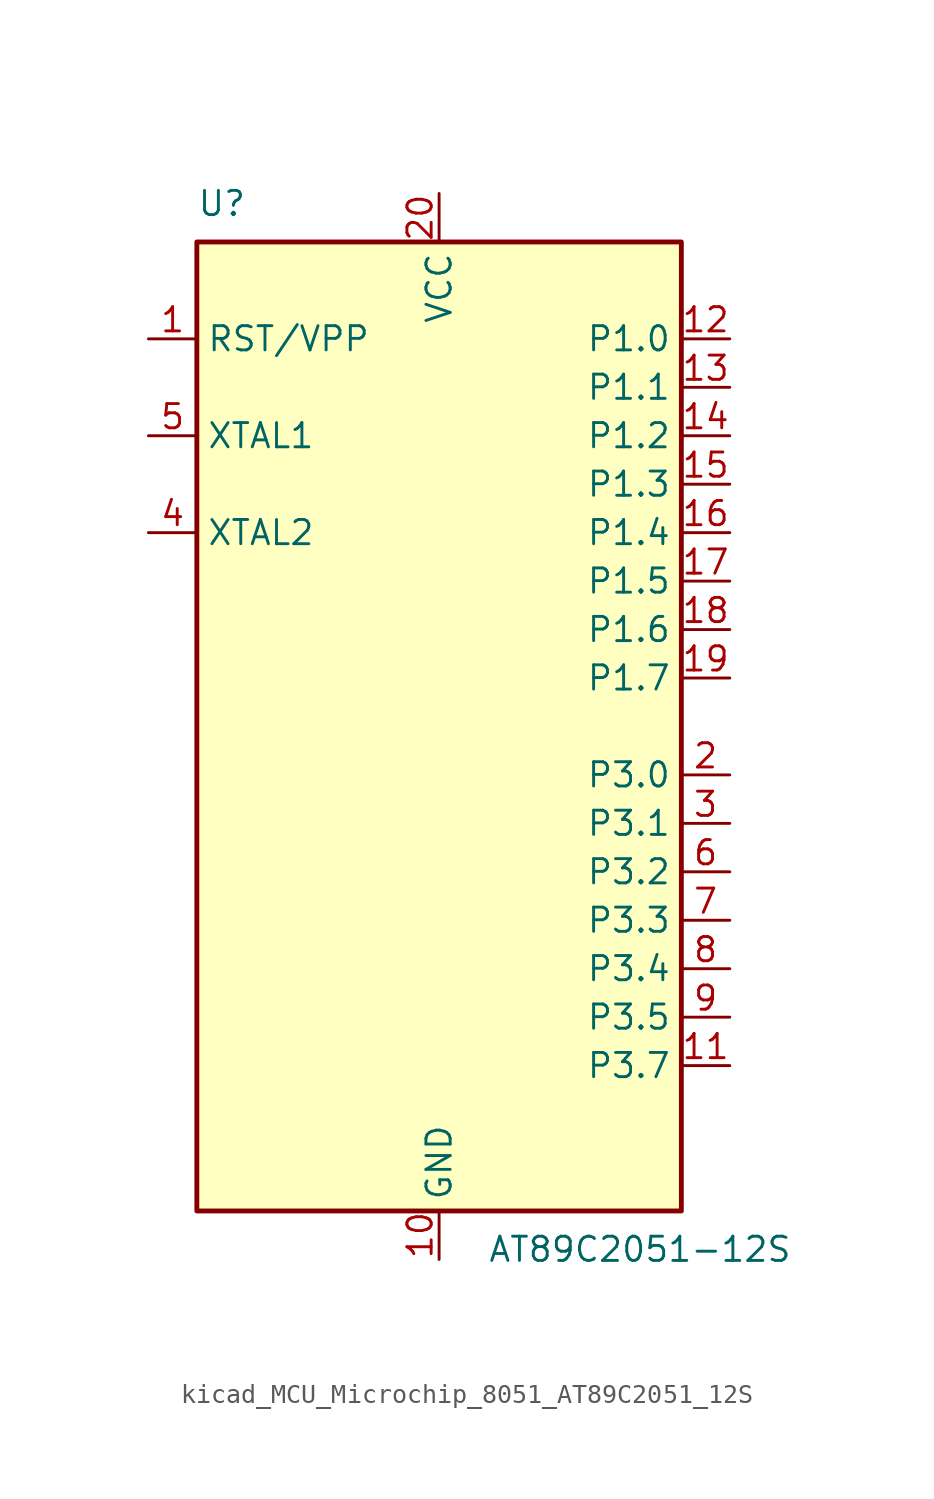
<source format=kicad_sym>
(kicad_symbol_lib
  (version 20220914)
  (generator kicad_symbol_editor)
  (symbol "kicad_MCU_Microchip_8051_AT89C2051_12S"
    (property "Reference" "U"
      (at -12.7 26.67 0)
      (effects (font (size 1.27 1.27)) (justify left bottom)))
    (property "Value" "AT89C2051-12S"
      (at 2.54 -26.67 0)
      (effects (font (size 1.27 1.27)) (justify left top)))
    (symbol "kicad_MCU_Microchip_8051_AT89C2051_12S_0_1"
      (rectangle (start -12.7 -25.4) (end 12.7 25.4) (stroke (width 0.254) (type default)) (fill (type background))))
    (symbol "kicad_MCU_Microchip_8051_AT89C2051_12S_1_1"
      (pin input line (at -15.24 20.32 0) (length 2.54) (name "RST/VPP" (effects (font (size 1.27 1.27)))) (number "1" (effects (font (size 1.27 1.27)))))
      (pin power_in line (at 0 -27.94 90) (length 2.54) (name "GND" (effects (font (size 1.27 1.27)))) (number "10" (effects (font (size 1.27 1.27)))))
      (pin bidirectional line (at 15.24 -17.78 180) (length 2.54) (name "P3.7" (effects (font (size 1.27 1.27)))) (number "11" (effects (font (size 1.27 1.27)))))
      (pin bidirectional line (at 15.24 20.32 180) (length 2.54) (name "P1.0" (effects (font (size 1.27 1.27)))) (number "12" (effects (font (size 1.27 1.27)))))
      (pin bidirectional line (at 15.24 17.78 180) (length 2.54) (name "P1.1" (effects (font (size 1.27 1.27)))) (number "13" (effects (font (size 1.27 1.27)))))
      (pin bidirectional line (at 15.24 15.24 180) (length 2.54) (name "P1.2" (effects (font (size 1.27 1.27)))) (number "14" (effects (font (size 1.27 1.27)))))
      (pin bidirectional line (at 15.24 12.7 180) (length 2.54) (name "P1.3" (effects (font (size 1.27 1.27)))) (number "15" (effects (font (size 1.27 1.27)))))
      (pin bidirectional line (at 15.24 10.16 180) (length 2.54) (name "P1.4" (effects (font (size 1.27 1.27)))) (number "16" (effects (font (size 1.27 1.27)))))
      (pin bidirectional line (at 15.24 7.62 180) (length 2.54) (name "P1.5" (effects (font (size 1.27 1.27)))) (number "17" (effects (font (size 1.27 1.27)))))
      (pin bidirectional line (at 15.24 5.08 180) (length 2.54) (name "P1.6" (effects (font (size 1.27 1.27)))) (number "18" (effects (font (size 1.27 1.27)))))
      (pin bidirectional line (at 15.24 2.54 180) (length 2.54) (name "P1.7" (effects (font (size 1.27 1.27)))) (number "19" (effects (font (size 1.27 1.27)))))
      (pin bidirectional line (at 15.24 -2.54 180) (length 2.54) (name "P3.0" (effects (font (size 1.27 1.27)))) (number "2" (effects (font (size 1.27 1.27)))))
      (pin power_in line (at 0 27.94 270) (length 2.54) (name "VCC" (effects (font (size 1.27 1.27)))) (number "20" (effects (font (size 1.27 1.27)))))
      (pin bidirectional line (at 15.24 -5.08 180) (length 2.54) (name "P3.1" (effects (font (size 1.27 1.27)))) (number "3" (effects (font (size 1.27 1.27)))))
      (pin output line (at -15.24 10.16 0) (length 2.54) (name "XTAL2" (effects (font (size 1.27 1.27)))) (number "4" (effects (font (size 1.27 1.27)))))
      (pin input line (at -15.24 15.24 0) (length 2.54) (name "XTAL1" (effects (font (size 1.27 1.27)))) (number "5" (effects (font (size 1.27 1.27)))))
      (pin bidirectional line (at 15.24 -7.62 180) (length 2.54) (name "P3.2" (effects (font (size 1.27 1.27)))) (number "6" (effects (font (size 1.27 1.27)))))
      (pin bidirectional line (at 15.24 -10.16 180) (length 2.54) (name "P3.3" (effects (font (size 1.27 1.27)))) (number "7" (effects (font (size 1.27 1.27)))))
      (pin bidirectional line (at 15.24 -12.7 180) (length 2.54) (name "P3.4" (effects (font (size 1.27 1.27)))) (number "8" (effects (font (size 1.27 1.27)))))
      (pin bidirectional line (at 15.24 -15.24 180) (length 2.54) (name "P3.5" (effects (font (size 1.27 1.27)))) (number "9" (effects (font (size 1.27 1.27))))))))
</source>
